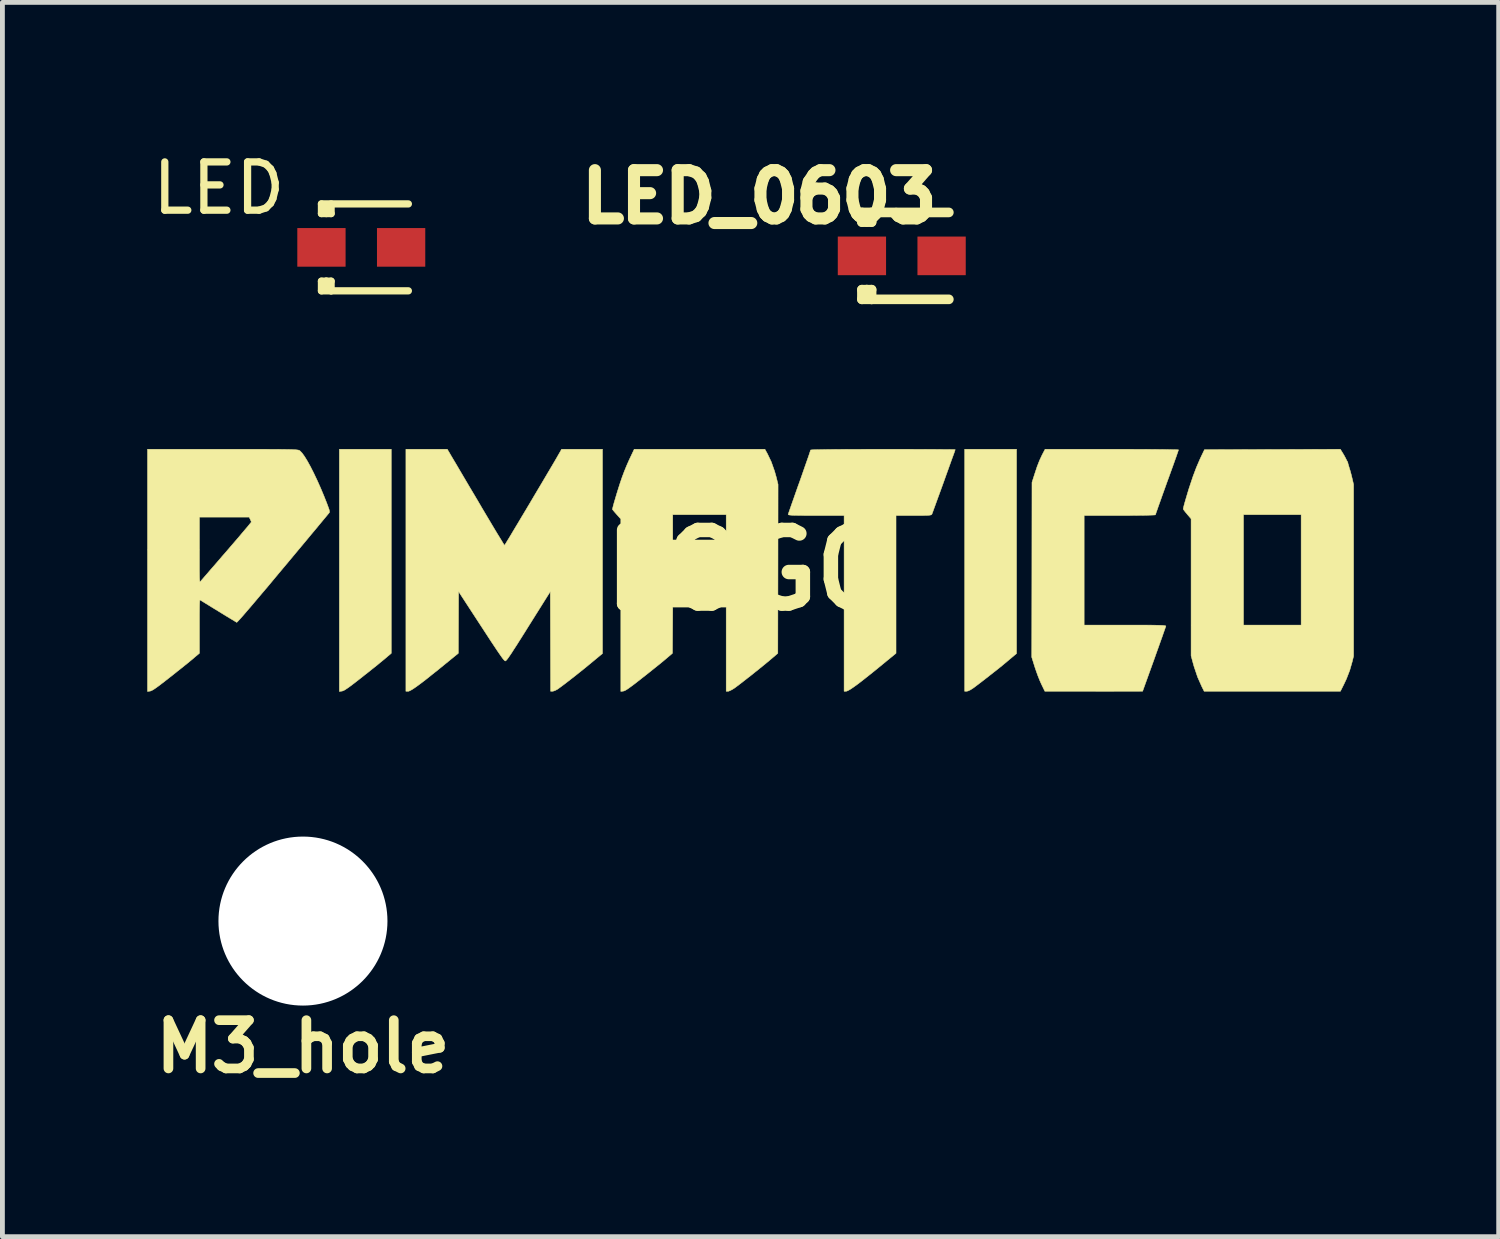
<source format=kicad_pcb>
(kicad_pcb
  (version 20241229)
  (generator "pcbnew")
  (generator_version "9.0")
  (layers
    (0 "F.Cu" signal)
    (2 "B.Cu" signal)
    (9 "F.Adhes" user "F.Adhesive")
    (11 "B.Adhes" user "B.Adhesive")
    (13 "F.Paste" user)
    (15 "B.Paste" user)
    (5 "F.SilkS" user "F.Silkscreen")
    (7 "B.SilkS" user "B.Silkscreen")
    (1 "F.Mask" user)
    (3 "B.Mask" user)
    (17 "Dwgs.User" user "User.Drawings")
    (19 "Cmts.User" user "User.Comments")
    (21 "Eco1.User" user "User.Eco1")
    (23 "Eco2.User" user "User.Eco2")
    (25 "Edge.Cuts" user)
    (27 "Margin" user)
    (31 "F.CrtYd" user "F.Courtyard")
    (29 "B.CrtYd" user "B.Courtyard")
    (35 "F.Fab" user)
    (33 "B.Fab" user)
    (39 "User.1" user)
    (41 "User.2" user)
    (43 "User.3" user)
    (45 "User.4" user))
  (footprint "LOGO"
    (layer "F.Cu")
    (at 12.488 8.76)
    (property "Reference" "LOGO" (at 0 0 0) (layer "F.SilkS") (effects (font (size 1.524 1.524) (thickness 0.3))))
    (attr through_hole)
    (fp_poly (pts (xy -7.435 1.72) (xy -7.514 1.786) (xy -7.572 1.836) (xy -7.625 1.879) (xy -7.675 1.92) (xy -7.725 1.962) (xy -7.779 2.005) (xy -7.841 2.054) (xy -7.912 2.111) (xy -7.998 2.178) (xy -8.072 2.237) (xy -8.167 2.311) (xy -8.244 2.37) (xy -8.307 2.417) (xy -8.356 2.451) (xy -8.394 2.476) (xy -8.424 2.492) (xy -8.446 2.5) (xy -8.455 2.502) (xy -8.51 2.51) (xy -8.51 -2.506) (xy -7.435 -2.506) (xy -7.435 1.72)) (stroke (width 0.01) (type solid)) (fill yes) (layer "F.SilkS"))
    (fp_poly (pts (xy 5.514 1.724) (xy 5.414 1.808) (xy 5.364 1.85) (xy 5.313 1.893) (xy 5.27 1.929) (xy 5.253 1.943) (xy 5.217 1.973) (xy 5.165 2.015) (xy 5.101 2.066) (xy 5.029 2.122) (xy 4.953 2.182) (xy 4.875 2.243) (xy 4.8 2.301) (xy 4.731 2.354) (xy 4.673 2.398) (xy 4.628 2.432) (xy 4.609 2.445) (xy 4.557 2.478) (xy 4.512 2.499) (xy 4.482 2.506) (xy 4.44 2.506) (xy 4.44 -2.506) (xy 5.514 -2.506) (xy 5.514 1.724)) (stroke (width 0.01) (type solid)) (fill yes) (layer "F.SilkS"))
    (fp_poly (pts (xy 12.27 -2.426) (xy 12.299 -2.377) (xy 12.324 -2.331) (xy 12.338 -2.303) (xy 12.355 -2.269) (xy 12.367 -2.25) (xy 12.375 -2.232) (xy 12.375 -2.229) (xy 12.379 -2.209) (xy 12.391 -2.169) (xy 12.405 -2.121) (xy 12.426 -2.053) (xy 12.448 -1.971) (xy 12.465 -1.9) (xy 12.494 -1.776) (xy 12.494 1.777) (xy 12.466 1.892) (xy 12.414 2.073) (xy 12.346 2.249) (xy 12.291 2.366) (xy 12.221 2.506) (xy 9.4 2.506) (xy 9.351 2.409) (xy 9.264 2.213) (xy 9.19 1.993) (xy 9.171 1.926) (xy 9.129 1.77) (xy 9.129 0.352) (xy 9.129 -1.066) (xy 9.056 -1.151) (xy 10.214 -1.151) (xy 10.214 1.135) (xy 11.408 1.135) (xy 11.408 -1.151) (xy 10.214 -1.151) (xy 9.056 -1.151) (xy 9.047 -1.162) (xy 9.012 -1.204) (xy 8.984 -1.24) (xy 8.968 -1.264) (xy 8.966 -1.271) (xy 8.971 -1.296) (xy 8.983 -1.346) (xy 9.002 -1.415) (xy 9.026 -1.497) (xy 9.053 -1.588) (xy 9.081 -1.681) (xy 9.102 -1.744) (xy 9.17 -1.948) (xy 9.238 -2.128) (xy 9.308 -2.291) (xy 9.338 -2.356) (xy 9.406 -2.498) (xy 12.22 -2.506) (xy 12.27 -2.426)) (stroke (width 0.01) (type solid)) (fill yes) (layer "F.SilkS"))
    (fp_poly (pts (xy 0.355 -2.412) (xy 0.435 -2.245) (xy 0.503 -2.052) (xy 0.536 -1.935) (xy 0.575 -1.778) (xy 0.573 -0.03) (xy 0.57 1.719) (xy 0.461 1.813) (xy 0.41 1.856) (xy 0.345 1.91) (xy 0.271 1.971) (xy 0.188 2.038) (xy 0.102 2.107) (xy 0.016 2.176) (xy -0.069 2.242) (xy -0.148 2.304) (xy -0.218 2.358) (xy -0.276 2.402) (xy -0.319 2.434) (xy -0.329 2.441) (xy -0.375 2.47) (xy -0.418 2.492) (xy -0.451 2.505) (xy -0.462 2.506) (xy -0.499 2.506) (xy -0.499 0.762) (xy -1.606 0.762) (xy -1.609 1.24) (xy -1.612 1.719) (xy -1.748 1.835) (xy -1.791 1.871) (xy -1.849 1.919) (xy -1.921 1.977) (xy -2.001 2.041) (xy -2.087 2.11) (xy -2.175 2.18) (xy -2.229 2.222) (xy -2.327 2.299) (xy -2.407 2.361) (xy -2.473 2.41) (xy -2.524 2.447) (xy -2.565 2.474) (xy -2.595 2.491) (xy -2.618 2.5) (xy -2.628 2.502) (xy -2.681 2.51) (xy -2.681 -1.061) (xy -2.762 -1.151) (xy -1.606 -1.151) (xy -1.606 -0.627) (xy -0.499 -0.627) (xy -0.499 -1.151) (xy -1.606 -1.151) (xy -2.762 -1.151) (xy -2.768 -1.158) (xy -2.805 -1.2) (xy -2.834 -1.234) (xy -2.851 -1.256) (xy -2.855 -1.262) (xy -2.85 -1.286) (xy -2.838 -1.336) (xy -2.819 -1.405) (xy -2.794 -1.489) (xy -2.767 -1.581) (xy -2.753 -1.626) (xy -2.702 -1.787) (xy -2.655 -1.926) (xy -2.608 -2.051) (xy -2.559 -2.171) (xy -2.504 -2.295) (xy -2.47 -2.366) (xy -2.404 -2.506) (xy -1.051 -2.506) (xy 0.303 -2.506) (xy 0.355 -2.412)) (stroke (width 0.01) (type solid)) (fill yes) (layer "F.SilkS"))
    (fp_poly (pts (xy 7.658 -2.506) (xy 7.823 -2.506) (xy 7.981 -2.505) (xy 8.13 -2.505) (xy 8.269 -2.504) (xy 8.397 -2.503) (xy 8.512 -2.502) (xy 8.614 -2.501) (xy 8.7 -2.499) (xy 8.77 -2.498) (xy 8.822 -2.497) (xy 8.855 -2.495) (xy 8.868 -2.494) (xy 8.868 -2.493) (xy 8.863 -2.477) (xy 8.848 -2.433) (xy 8.825 -2.366) (xy 8.794 -2.279) (xy 8.757 -2.175) (xy 8.714 -2.056) (xy 8.667 -1.926) (xy 8.629 -1.822) (xy 8.58 -1.685) (xy 8.534 -1.557) (xy 8.493 -1.441) (xy 8.457 -1.341) (xy 8.428 -1.258) (xy 8.406 -1.196) (xy 8.394 -1.159) (xy 8.391 -1.149) (xy 8.38 -1.146) (xy 8.35 -1.144) (xy 8.301 -1.142) (xy 8.236 -1.14) (xy 8.156 -1.138) (xy 8.063 -1.137) (xy 7.96 -1.136) (xy 7.846 -1.135) (xy 7.726 -1.135) (xy 7.653 -1.135) (xy 6.914 -1.135) (xy 6.914 1.135) (xy 7.762 1.135) (xy 7.921 1.135) (xy 8.06 1.135) (xy 8.18 1.135) (xy 8.281 1.136) (xy 8.366 1.137) (xy 8.436 1.139) (xy 8.492 1.14) (xy 8.535 1.142) (xy 8.567 1.145) (xy 8.588 1.148) (xy 8.601 1.151) (xy 8.606 1.155) (xy 8.606 1.157) (xy 8.6 1.176) (xy 8.584 1.222) (xy 8.56 1.29) (xy 8.529 1.379) (xy 8.491 1.485) (xy 8.448 1.606) (xy 8.401 1.737) (xy 8.364 1.842) (xy 8.125 2.505) (xy 7.113 2.506) (xy 6.101 2.506) (xy 6.029 2.358) (xy 5.995 2.282) (xy 5.957 2.187) (xy 5.921 2.087) (xy 5.893 2.005) (xy 5.829 1.8) (xy 5.832 -0.01) (xy 5.834 -1.82) (xy 5.892 -2.001) (xy 5.941 -2.149) (xy 5.99 -2.274) (xy 6.042 -2.386) (xy 6.067 -2.434) (xy 6.105 -2.506) (xy 7.487 -2.506) (xy 7.658 -2.506)) (stroke (width 0.01) (type solid)) (fill yes) (layer "F.SilkS"))
    (fp_poly (pts (xy 2.925 -2.506) (xy 3.097 -2.506) (xy 3.262 -2.506) (xy 3.419 -2.505) (xy 3.566 -2.505) (xy 3.701 -2.504) (xy 3.825 -2.504) (xy 3.935 -2.503) (xy 4.03 -2.502) (xy 4.11 -2.502) (xy 4.172 -2.501) (xy 4.216 -2.5) (xy 4.24 -2.499) (xy 4.244 -2.498) (xy 4.239 -2.483) (xy 4.225 -2.441) (xy 4.202 -2.378) (xy 4.172 -2.296) (xy 4.137 -2.198) (xy 4.098 -2.089) (xy 4.056 -1.973) (xy 4.013 -1.852) (xy 3.969 -1.73) (xy 3.926 -1.612) (xy 3.885 -1.5) (xy 3.848 -1.398) (xy 3.816 -1.31) (xy 3.79 -1.239) (xy 3.772 -1.189) (xy 3.762 -1.164) (xy 3.758 -1.156) (xy 3.75 -1.15) (xy 3.736 -1.145) (xy 3.714 -1.141) (xy 3.682 -1.138) (xy 3.637 -1.136) (xy 3.578 -1.135) (xy 3.502 -1.135) (xy 3.407 -1.135) (xy 3.384 -1.135) (xy 3.018 -1.135) (xy 3.018 1.719) (xy 2.819 1.882) (xy 2.663 2.01) (xy 2.525 2.122) (xy 2.404 2.218) (xy 2.3 2.3) (xy 2.212 2.367) (xy 2.138 2.42) (xy 2.079 2.46) (xy 2.033 2.487) (xy 2 2.502) (xy 1.981 2.506) (xy 1.943 2.506) (xy 1.943 -1.135) (xy 1.361 -1.135) (xy 1.232 -1.135) (xy 1.123 -1.135) (xy 1.033 -1.136) (xy 0.959 -1.137) (xy 0.901 -1.138) (xy 0.857 -1.14) (xy 0.824 -1.143) (xy 0.803 -1.146) (xy 0.79 -1.15) (xy 0.785 -1.155) (xy 0.785 -1.158) (xy 0.791 -1.178) (xy 0.807 -1.224) (xy 0.831 -1.293) (xy 0.862 -1.382) (xy 0.9 -1.489) (xy 0.942 -1.609) (xy 0.988 -1.74) (xy 1.02 -1.828) (xy 1.068 -1.964) (xy 1.112 -2.091) (xy 1.152 -2.205) (xy 1.187 -2.305) (xy 1.215 -2.386) (xy 1.235 -2.446) (xy 1.246 -2.481) (xy 1.248 -2.49) (xy 1.259 -2.492) (xy 1.291 -2.495) (xy 1.344 -2.497) (xy 1.417 -2.498) (xy 1.509 -2.5) (xy 1.621 -2.502) (xy 1.751 -2.503) (xy 1.9 -2.504) (xy 2.066 -2.505) (xy 2.249 -2.505) (xy 2.449 -2.506) (xy 2.666 -2.506) (xy 2.746 -2.506) (xy 2.925 -2.506)) (stroke (width 0.01) (type solid)) (fill yes) (layer "F.SilkS"))
    (fp_poly (pts (xy -6.227 -2.426) (xy -6.212 -2.4) (xy -6.184 -2.352) (xy -6.143 -2.283) (xy -6.091 -2.196) (xy -6.03 -2.092) (xy -5.961 -1.975) (xy -5.885 -1.846) (xy -5.803 -1.707) (xy -5.716 -1.561) (xy -5.639 -1.431) (xy -5.552 -1.282) (xy -5.468 -1.141) (xy -5.39 -1.01) (xy -5.318 -0.889) (xy -5.254 -0.782) (xy -5.198 -0.691) (xy -5.153 -0.617) (xy -5.119 -0.561) (xy -5.098 -0.527) (xy -5.09 -0.516) (xy -5.082 -0.529) (xy -5.06 -0.563) (xy -5.027 -0.618) (xy -4.982 -0.691) (xy -4.929 -0.78) (xy -4.868 -0.882) (xy -4.8 -0.995) (xy -4.727 -1.118) (xy -4.65 -1.246) (xy -4.571 -1.379) (xy -4.491 -1.514) (xy -4.411 -1.649) (xy -4.333 -1.78) (xy -4.258 -1.907) (xy -4.187 -2.027) (xy -4.122 -2.137) (xy -4.064 -2.235) (xy -4.015 -2.319) (xy -3.976 -2.387) (xy -3.948 -2.436) (xy -3.943 -2.444) (xy -3.908 -2.506) (xy -3.061 -2.506) (xy -3.061 1.724) (xy -3.265 1.893) (xy -3.35 1.963) (xy -3.44 2.037) (xy -3.533 2.111) (xy -3.624 2.184) (xy -3.713 2.253) (xy -3.794 2.316) (xy -3.867 2.372) (xy -3.928 2.417) (xy -3.973 2.45) (xy -3.991 2.463) (xy -4.033 2.486) (xy -4.072 2.501) (xy -4.097 2.506) (xy -4.135 2.506) (xy -4.138 1.473) (xy -4.141 0.44) (xy -4.592 1.158) (xy -4.688 1.312) (xy -4.771 1.443) (xy -4.841 1.554) (xy -4.9 1.644) (xy -4.947 1.718) (xy -4.986 1.775) (xy -5.015 1.817) (xy -5.038 1.847) (xy -5.055 1.866) (xy -5.066 1.876) (xy -5.072 1.878) (xy -5.08 1.875) (xy -5.092 1.866) (xy -5.108 1.849) (xy -5.13 1.822) (xy -5.158 1.783) (xy -5.195 1.73) (xy -5.241 1.663) (xy -5.297 1.579) (xy -5.365 1.477) (xy -5.445 1.354) (xy -5.539 1.21) (xy -5.572 1.16) (xy -6.041 0.44) (xy -6.046 1.719) (xy -6.32 1.942) (xy -6.467 2.062) (xy -6.597 2.165) (xy -6.708 2.254) (xy -6.804 2.328) (xy -6.885 2.388) (xy -6.951 2.435) (xy -7.003 2.469) (xy -7.044 2.492) (xy -7.072 2.504) (xy -7.085 2.506) (xy -7.132 2.506) (xy -7.132 -2.506) (xy -6.275 -2.506) (xy -6.227 -2.426)) (stroke (width 0.01) (type solid)) (fill yes) (layer "F.SilkS"))
    (fp_poly (pts (xy -10.71 -2.506) (xy -10.516 -2.506) (xy -10.341 -2.506) (xy -10.185 -2.506) (xy -10.047 -2.506) (xy -9.925 -2.505) (xy -9.818 -2.505) (xy -9.725 -2.504) (xy -9.645 -2.503) (xy -9.577 -2.502) (xy -9.521 -2.501) (xy -9.474 -2.499) (xy -9.436 -2.497) (xy -9.406 -2.495) (xy -9.382 -2.492) (xy -9.364 -2.49) (xy -9.351 -2.486) (xy -9.341 -2.483) (xy -9.333 -2.479) (xy -9.327 -2.474) (xy -9.326 -2.473) (xy -9.283 -2.429) (xy -9.231 -2.357) (xy -9.172 -2.261) (xy -9.108 -2.145) (xy -9.04 -2.011) (xy -8.969 -1.861) (xy -8.897 -1.7) (xy -8.826 -1.53) (xy -8.77 -1.389) (xy -8.742 -1.313) (xy -8.723 -1.26) (xy -8.715 -1.226) (xy -8.714 -1.205) (xy -8.718 -1.194) (xy -8.728 -1.181) (xy -8.755 -1.149) (xy -8.796 -1.099) (xy -8.852 -1.032) (xy -8.92 -0.95) (xy -8.999 -0.854) (xy -9.09 -0.746) (xy -9.189 -0.626) (xy -9.297 -0.497) (xy -9.412 -0.359) (xy -9.532 -0.215) (xy -9.658 -0.064) (xy -9.676 -0.043) (xy -9.839 0.152) (xy -9.987 0.33) (xy -10.122 0.489) (xy -10.241 0.63) (xy -10.345 0.753) (xy -10.434 0.856) (xy -10.507 0.941) (xy -10.564 1.005) (xy -10.605 1.05) (xy -10.629 1.074) (xy -10.636 1.079) (xy -10.649 1.071) (xy -10.679 1.053) (xy -10.723 1.026) (xy -10.78 0.992) (xy -10.846 0.952) (xy -10.918 0.908) (xy -10.994 0.861) (xy -11.071 0.814) (xy -11.146 0.768) (xy -11.217 0.724) (xy -11.281 0.685) (xy -11.334 0.652) (xy -11.375 0.627) (xy -11.395 0.615) (xy -11.399 0.619) (xy -11.402 0.639) (xy -11.404 0.677) (xy -11.406 0.737) (xy -11.407 0.82) (xy -11.408 0.931) (xy -11.408 1.071) (xy -11.408 1.163) (xy -11.408 1.719) (xy -11.449 1.753) (xy -11.478 1.777) (xy -11.518 1.811) (xy -11.562 1.849) (xy -11.576 1.86) (xy -11.606 1.885) (xy -11.652 1.923) (xy -11.712 1.971) (xy -11.783 2.028) (xy -11.862 2.09) (xy -11.945 2.157) (xy -12.018 2.214) (xy -12.116 2.291) (xy -12.198 2.354) (xy -12.264 2.404) (xy -12.316 2.441) (xy -12.357 2.469) (xy -12.389 2.487) (xy -12.413 2.498) (xy -12.428 2.502) (xy -12.483 2.51) (xy -12.483 -1.101) (xy -11.408 -1.101) (xy -11.408 -0.422) (xy -11.408 -0.253) (xy -11.408 -0.115) (xy -11.408 -0.004) (xy -11.407 0.081) (xy -11.406 0.145) (xy -11.404 0.189) (xy -11.402 0.218) (xy -11.399 0.233) (xy -11.396 0.238) (xy -11.391 0.236) (xy -11.389 0.234) (xy -11.377 0.22) (xy -11.349 0.188) (xy -11.307 0.139) (xy -11.252 0.076) (xy -11.186 -0.001) (xy -11.11 -0.088) (xy -11.027 -0.184) (xy -10.938 -0.288) (xy -10.851 -0.387) (xy -10.758 -0.496) (xy -10.67 -0.598) (xy -10.589 -0.692) (xy -10.517 -0.778) (xy -10.454 -0.852) (xy -10.403 -0.912) (xy -10.365 -0.959) (xy -10.341 -0.988) (xy -10.334 -0.999) (xy -10.34 -1.02) (xy -10.355 -1.053) (xy -10.356 -1.056) (xy -10.379 -1.101) (xy -11.408 -1.101) (xy -12.483 -1.101) (xy -12.483 -2.506) (xy -10.925 -2.506) (xy -10.71 -2.506)) (stroke (width 0.01) (type solid)) (fill yes) (layer "F.SilkS")))
  (footprint "LED"
    (layer "F.Cu")
    (at 4.432 2.073)
    (property "Reference" "LED" (at -2.95 -1.225 0) (layer "F.SilkS") (effects (font (size 1 1) (thickness 0.15))))
    (attr smd)
    (fp_line (start -0.825 -0.9) (end 0.975 -0.9) (stroke (width 0.15) (type solid)) (layer "F.SilkS"))
    (fp_line (start -0.825 -0.7) (end -0.825 -0.9) (stroke (width 0.15) (type solid)) (layer "F.SilkS"))
    (fp_line (start -0.825 -0.7) (end -0.625 -0.7) (stroke (width 0.15) (type solid)) (layer "F.SilkS"))
    (fp_line (start -0.825 0.7) (end -0.825 0.9) (stroke (width 0.15) (type solid)) (layer "F.SilkS"))
    (fp_line (start -0.825 0.9) (end -0.625 0.9) (stroke (width 0.15) (type solid)) (layer "F.SilkS"))
    (fp_line (start -0.725 -0.7) (end -0.725 -0.8) (stroke (width 0.15) (type solid)) (layer "F.SilkS"))
    (fp_line (start -0.725 0.7) (end -0.825 0.7) (stroke (width 0.15) (type solid)) (layer "F.SilkS"))
    (fp_line (start -0.725 0.7) (end -0.725 0.8) (stroke (width 0.15) (type solid)) (layer "F.SilkS"))
    (fp_line (start -0.625 -0.7) (end -0.625 -0.9) (stroke (width 0.15) (type solid)) (layer "F.SilkS"))
    (fp_line (start -0.625 0.7) (end -0.725 0.7) (stroke (width 0.15) (type solid)) (layer "F.SilkS"))
    (fp_line (start -0.625 0.9) (end -0.625 0.7) (stroke (width 0.15) (type solid)) (layer "F.SilkS"))
    (fp_line (start -0.625 0.9) (end 0.975 0.9) (stroke (width 0.15) (type solid)) (layer "F.SilkS"))
    (pad "1" smd rect (at -0.825 0) (size 1 0.8) (layers "F.Cu" "F.Mask" "F.Paste"))
    (pad "2" smd rect (at 0.825 0) (size 1 0.8) (layers "F.Cu" "F.Mask" "F.Paste")))
  (footprint "LED_0603"
    (layer "F.Cu")
    (at 15.625 2.249)
    (property "Reference" "LED_0603" (at -2.95 -1.225 0) (layer "F.SilkS") (effects (font (size 1 1) (thickness 0.25))))
    (attr smd)
    (fp_line (start -0.825 -0.9) (end 0.975 -0.9) (stroke (width 0.2) (type solid)) (layer "F.SilkS"))
    (fp_line (start -0.825 -0.7) (end -0.825 -0.9) (stroke (width 0.2) (type solid)) (layer "F.SilkS"))
    (fp_line (start -0.825 -0.7) (end -0.625 -0.7) (stroke (width 0.2) (type solid)) (layer "F.SilkS"))
    (fp_line (start -0.825 0.7) (end -0.825 0.9) (stroke (width 0.2) (type solid)) (layer "F.SilkS"))
    (fp_line (start -0.825 0.9) (end -0.625 0.9) (stroke (width 0.2) (type solid)) (layer "F.SilkS"))
    (fp_line (start -0.725 -0.7) (end -0.725 -0.8) (stroke (width 0.2) (type solid)) (layer "F.SilkS"))
    (fp_line (start -0.725 0.7) (end -0.825 0.7) (stroke (width 0.2) (type solid)) (layer "F.SilkS"))
    (fp_line (start -0.725 0.7) (end -0.725 0.8) (stroke (width 0.2) (type solid)) (layer "F.SilkS"))
    (fp_line (start -0.625 -0.7) (end -0.625 -0.9) (stroke (width 0.2) (type solid)) (layer "F.SilkS"))
    (fp_line (start -0.625 0.7) (end -0.725 0.7) (stroke (width 0.2) (type solid)) (layer "F.SilkS"))
    (fp_line (start -0.625 0.9) (end -0.625 0.7) (stroke (width 0.2) (type solid)) (layer "F.SilkS"))
    (fp_line (start -0.625 0.9) (end 0.975 0.9) (stroke (width 0.2) (type solid)) (layer "F.SilkS"))
    (pad "1" smd rect (at -0.825 0) (size 1 0.8) (layers "F.Cu" "F.Mask" "F.Paste"))
    (pad "2" smd rect (at 0.825 0) (size 1 0.8) (layers "F.Cu" "F.Mask" "F.Paste")))
  (footprint "M3_hole"
    (layer "F.Cu")
    (at 3.224 16.025)
    (property "Reference" "M3_hole" (at 0 2.6 0) (layer "F.SilkS") (effects (font (size 1 1) (thickness 0.2))))
    (attr through_hole)
    (pad "" np_thru_hole circle (at 0 0) (size 3.5 3.5) (drill 3.5) (layers "*.Cu" "*.Mask")))
  (gr_rect
    (start -3 -3)
    (end 27.987 22.561)
    (stroke (width 0.1) (type default))
    (fill no)
    (layer "Edge.Cuts")))
</source>
